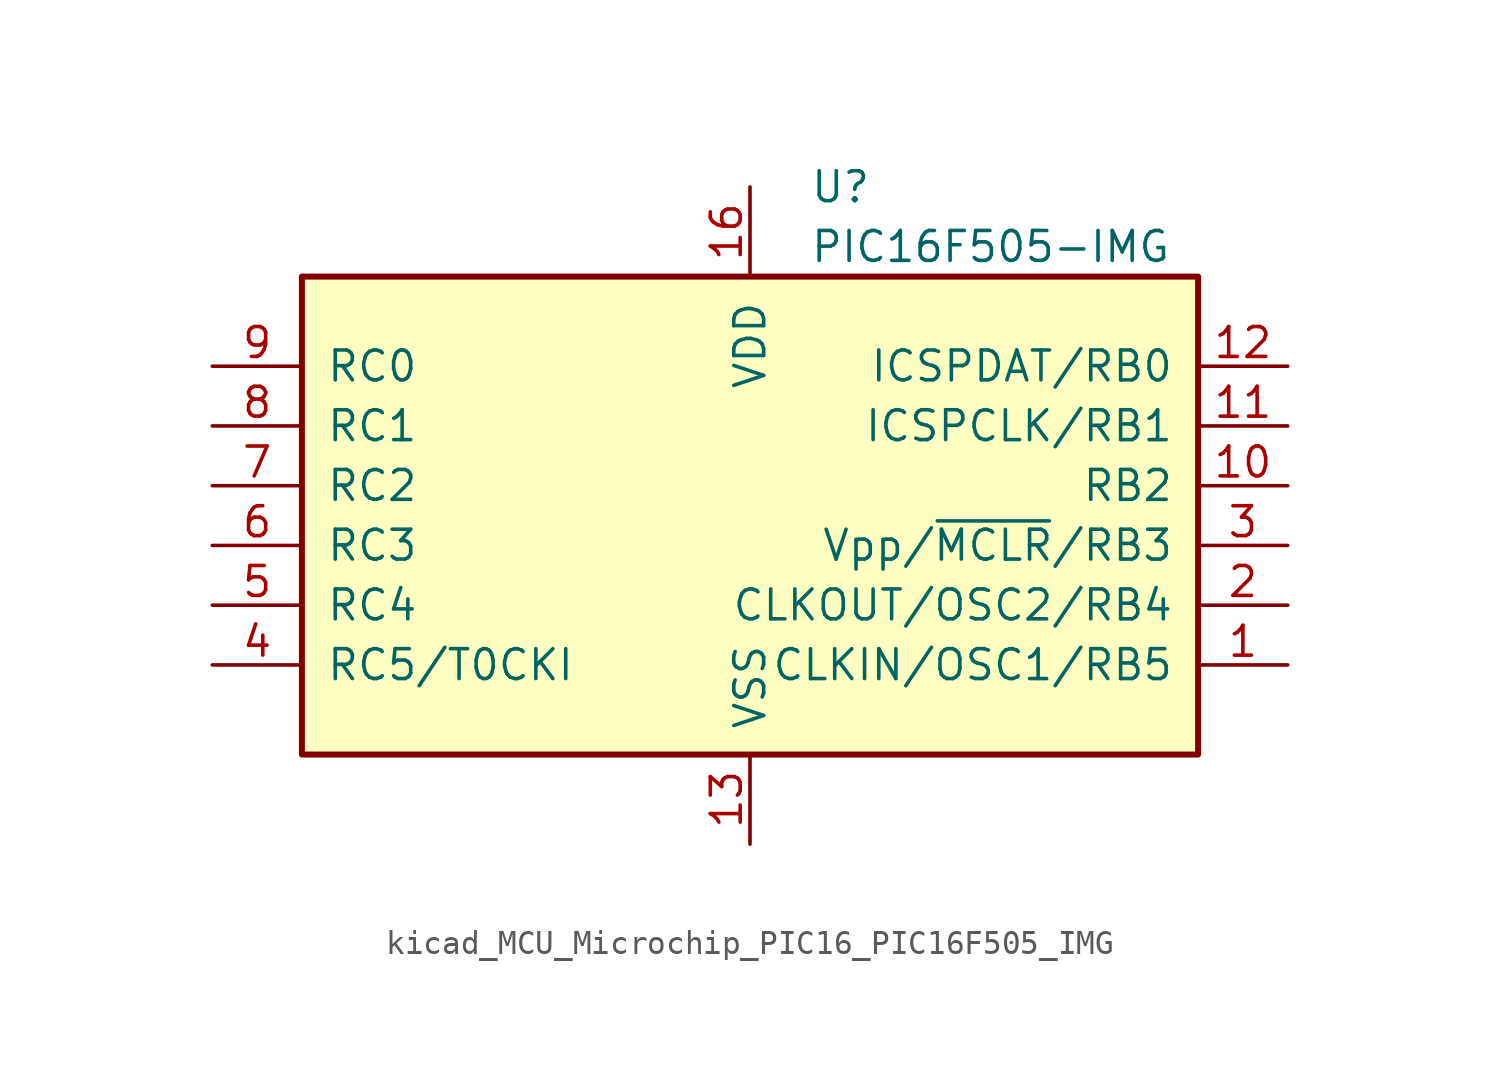
<source format=kicad_sym>
(kicad_symbol_lib
  (version 20220914)
  (generator kicad_symbol_editor)
  (symbol "kicad_MCU_Microchip_PIC16_PIC16F505_IMG"
    (pin_names
      (offset 1.016))
    (property "Reference" "U"
      (at 2.54 12.7 0)
      (effects (font (size 1.27 1.27)) (justify left)))
    (property "Value" "PIC16F505-IMG"
      (at 2.54 10.16 0)
      (effects (font (size 1.27 1.27)) (justify left)))
    (symbol "kicad_MCU_Microchip_PIC16_PIC16F505_IMG_0_1"
      (rectangle (start -19.05 8.89) (end 19.05 -11.43) (stroke (width 0.254) (type default)) (fill (type background))))
    (symbol "kicad_MCU_Microchip_PIC16_PIC16F505_IMG_1_1"
      (pin bidirectional line (at 22.86 -7.62 180) (length 3.81) (name "CLKIN/OSC1/RB5" (effects (font (size 1.27 1.27)))) (number "1" (effects (font (size 1.27 1.27)))))
      (pin bidirectional line (at 22.86 0 180) (length 3.81) (name "RB2" (effects (font (size 1.27 1.27)))) (number "10" (effects (font (size 1.27 1.27)))))
      (pin bidirectional line (at 22.86 2.54 180) (length 3.81) (name "ICSPCLK/RB1" (effects (font (size 1.27 1.27)))) (number "11" (effects (font (size 1.27 1.27)))))
      (pin bidirectional line (at 22.86 5.08 180) (length 3.81) (name "ICSPDAT/RB0" (effects (font (size 1.27 1.27)))) (number "12" (effects (font (size 1.27 1.27)))))
      (pin power_in line (at 0 -15.24 90) (length 3.81) (name "VSS" (effects (font (size 1.27 1.27)))) (number "13" (effects (font (size 1.27 1.27)))))
      (pin power_in line (at 0 12.7 270) (length 3.81) (name "VDD" (effects (font (size 1.27 1.27)))) (number "16" (effects (font (size 1.27 1.27)))))
      (pin bidirectional line (at 22.86 -5.08 180) (length 3.81) (name "CLKOUT/OSC2/RB4" (effects (font (size 1.27 1.27)))) (number "2" (effects (font (size 1.27 1.27)))))
      (pin input line (at 22.86 -2.54 180) (length 3.81) (name "Vpp/~{MCLR}/RB3" (effects (font (size 1.27 1.27)))) (number "3" (effects (font (size 1.27 1.27)))))
      (pin bidirectional line (at -22.86 -7.62 0) (length 3.81) (name "RC5/T0CKI" (effects (font (size 1.27 1.27)))) (number "4" (effects (font (size 1.27 1.27)))))
      (pin bidirectional line (at -22.86 -5.08 0) (length 3.81) (name "RC4" (effects (font (size 1.27 1.27)))) (number "5" (effects (font (size 1.27 1.27)))))
      (pin bidirectional line (at -22.86 -2.54 0) (length 3.81) (name "RC3" (effects (font (size 1.27 1.27)))) (number "6" (effects (font (size 1.27 1.27)))))
      (pin bidirectional line (at -22.86 0 0) (length 3.81) (name "RC2" (effects (font (size 1.27 1.27)))) (number "7" (effects (font (size 1.27 1.27)))))
      (pin bidirectional line (at -22.86 2.54 0) (length 3.81) (name "RC1" (effects (font (size 1.27 1.27)))) (number "8" (effects (font (size 1.27 1.27)))))
      (pin bidirectional line (at -22.86 5.08 0) (length 3.81) (name "RC0" (effects (font (size 1.27 1.27)))) (number "9" (effects (font (size 1.27 1.27))))))))
</source>
